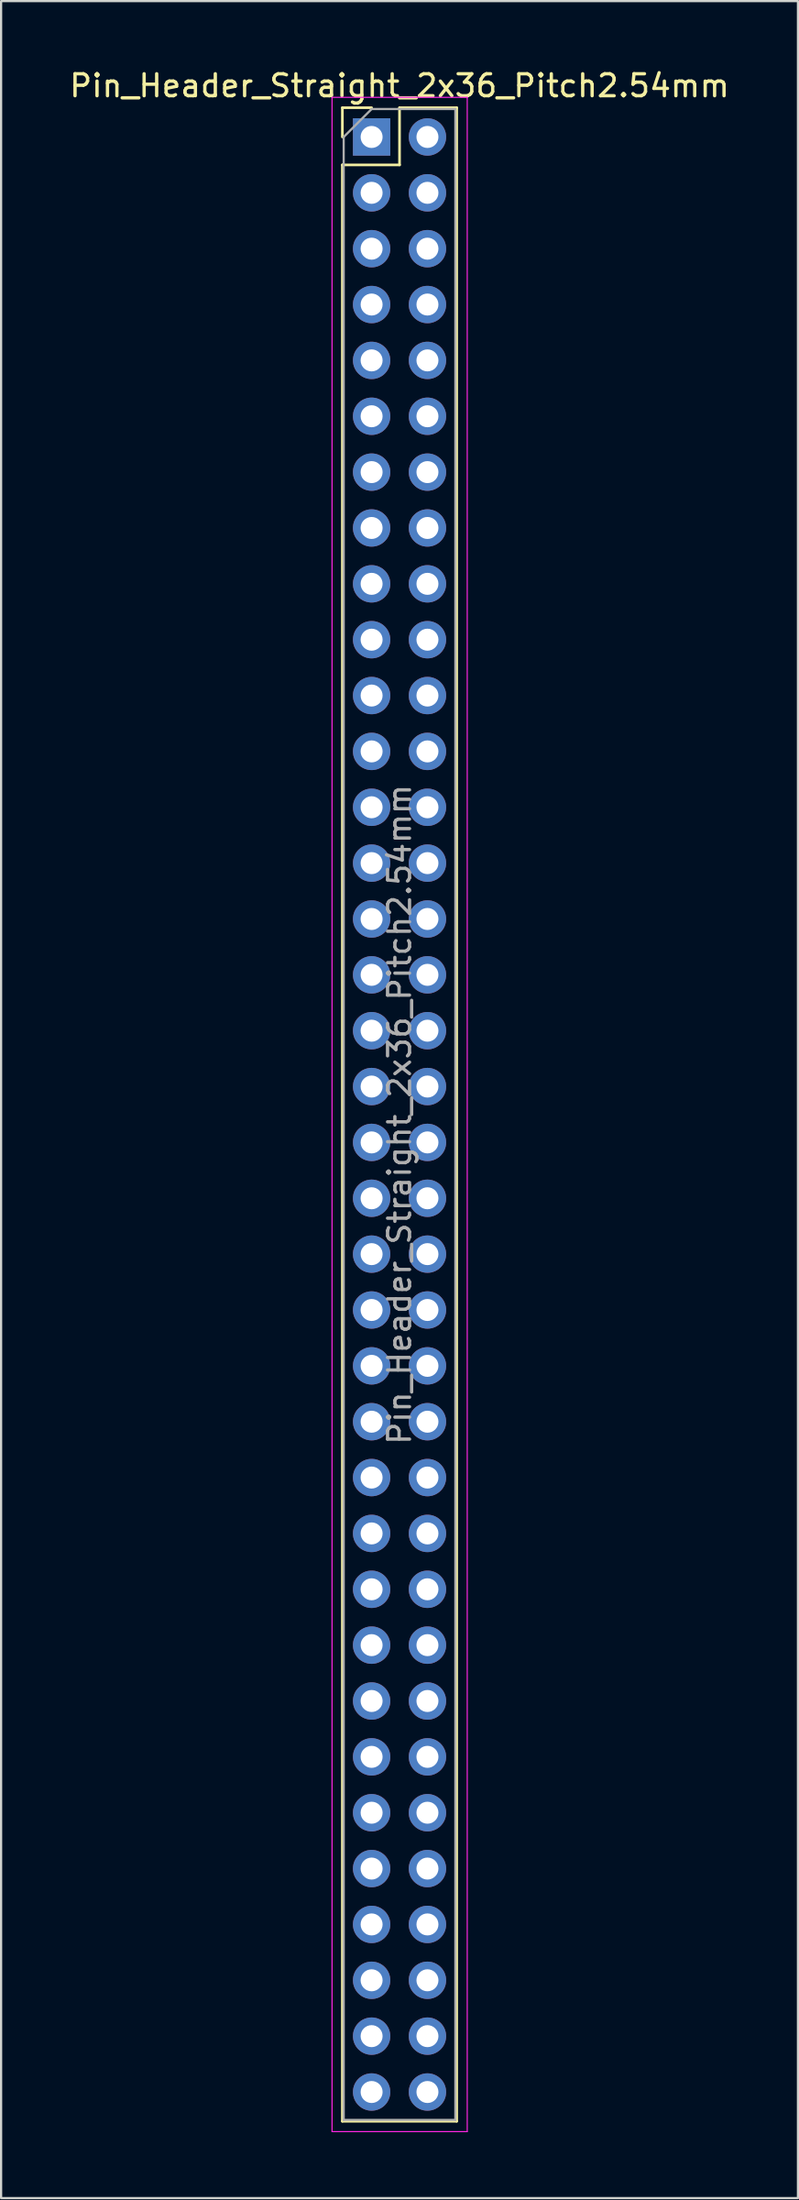
<source format=kicad_pcb>
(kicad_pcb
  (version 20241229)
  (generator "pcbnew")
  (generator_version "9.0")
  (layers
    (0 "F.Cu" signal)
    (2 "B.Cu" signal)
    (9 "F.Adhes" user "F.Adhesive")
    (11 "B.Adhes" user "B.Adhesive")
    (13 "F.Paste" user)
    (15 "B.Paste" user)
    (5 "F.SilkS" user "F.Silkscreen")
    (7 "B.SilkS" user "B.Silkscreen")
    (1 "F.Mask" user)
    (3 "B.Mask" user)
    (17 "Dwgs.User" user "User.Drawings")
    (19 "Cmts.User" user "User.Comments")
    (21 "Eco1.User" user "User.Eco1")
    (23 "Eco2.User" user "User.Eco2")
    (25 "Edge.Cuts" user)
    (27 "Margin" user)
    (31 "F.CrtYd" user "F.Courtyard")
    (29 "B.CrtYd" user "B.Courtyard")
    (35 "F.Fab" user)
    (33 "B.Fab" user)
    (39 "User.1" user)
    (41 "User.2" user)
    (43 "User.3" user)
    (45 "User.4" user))
  (footprint "Pin_Header_Straight_2x36_Pitch2.54mm"
    (layer "F.Cu")
    (at 13.855 3.178)
    (property "Reference" "Pin_Header_Straight_2x36_Pitch2.54mm" (at 1.27 -2.33 0) (layer "F.SilkS") (effects (font (size 1 1) (thickness 0.15))))
    (attr through_hole)
    (fp_line (start -1.33 -1.33) (end 0 -1.33) (stroke (width 0.12) (type solid)) (layer "F.SilkS"))
    (fp_line (start -1.33 0) (end -1.33 -1.33) (stroke (width 0.12) (type solid)) (layer "F.SilkS"))
    (fp_line (start -1.33 1.27) (end -1.33 90.23) (stroke (width 0.12) (type solid)) (layer "F.SilkS"))
    (fp_line (start -1.33 1.27) (end 1.27 1.27) (stroke (width 0.12) (type solid)) (layer "F.SilkS"))
    (fp_line (start -1.33 90.23) (end 3.87 90.23) (stroke (width 0.12) (type solid)) (layer "F.SilkS"))
    (fp_line (start 1.27 -1.33) (end 3.87 -1.33) (stroke (width 0.12) (type solid)) (layer "F.SilkS"))
    (fp_line (start 1.27 1.27) (end 1.27 -1.33) (stroke (width 0.12) (type solid)) (layer "F.SilkS"))
    (fp_line (start 3.87 -1.33) (end 3.87 90.23) (stroke (width 0.12) (type solid)) (layer "F.SilkS"))
    (fp_line (start -1.8 -1.8) (end -1.8 90.7) (stroke (width 0.05) (type solid)) (layer "F.CrtYd"))
    (fp_line (start -1.8 90.7) (end 4.35 90.7) (stroke (width 0.05) (type solid)) (layer "F.CrtYd"))
    (fp_line (start 4.35 -1.8) (end -1.8 -1.8) (stroke (width 0.05) (type solid)) (layer "F.CrtYd"))
    (fp_line (start 4.35 90.7) (end 4.35 -1.8) (stroke (width 0.05) (type solid)) (layer "F.CrtYd"))
    (fp_line (start -1.27 0) (end 0 -1.27) (stroke (width 0.1) (type solid)) (layer "F.Fab"))
    (fp_line (start -1.27 90.17) (end -1.27 0) (stroke (width 0.1) (type solid)) (layer "F.Fab"))
    (fp_line (start 0 -1.27) (end 3.81 -1.27) (stroke (width 0.1) (type solid)) (layer "F.Fab"))
    (fp_line (start 3.81 -1.27) (end 3.81 90.17) (stroke (width 0.1) (type solid)) (layer "F.Fab"))
    (fp_line (start 3.81 90.17) (end -1.27 90.17) (stroke (width 0.1) (type solid)) (layer "F.Fab"))
    (fp_text user "${REFERENCE}" (at 1.27 44.45 90) (layer "F.Fab") (effects (font (size 1 1) (thickness 0.15))))
    (pad "1" thru_hole rect (at 0 0) (size 1.7 1.7) (drill 1) (layers "*.Cu" "*.Mask"))
    (pad "2" thru_hole oval (at 2.54 0) (size 1.7 1.7) (drill 1) (layers "*.Cu" "*.Mask"))
    (pad "3" thru_hole oval (at 0 2.54) (size 1.7 1.7) (drill 1) (layers "*.Cu" "*.Mask"))
    (pad "4" thru_hole oval (at 2.54 2.54) (size 1.7 1.7) (drill 1) (layers "*.Cu" "*.Mask"))
    (pad "5" thru_hole oval (at 0 5.08) (size 1.7 1.7) (drill 1) (layers "*.Cu" "*.Mask"))
    (pad "6" thru_hole oval (at 2.54 5.08) (size 1.7 1.7) (drill 1) (layers "*.Cu" "*.Mask"))
    (pad "7" thru_hole oval (at 0 7.62) (size 1.7 1.7) (drill 1) (layers "*.Cu" "*.Mask"))
    (pad "8" thru_hole oval (at 2.54 7.62) (size 1.7 1.7) (drill 1) (layers "*.Cu" "*.Mask"))
    (pad "9" thru_hole oval (at 0 10.16) (size 1.7 1.7) (drill 1) (layers "*.Cu" "*.Mask"))
    (pad "10" thru_hole oval (at 2.54 10.16) (size 1.7 1.7) (drill 1) (layers "*.Cu" "*.Mask"))
    (pad "11" thru_hole oval (at 0 12.7) (size 1.7 1.7) (drill 1) (layers "*.Cu" "*.Mask"))
    (pad "12" thru_hole oval (at 2.54 12.7) (size 1.7 1.7) (drill 1) (layers "*.Cu" "*.Mask"))
    (pad "13" thru_hole oval (at 0 15.24) (size 1.7 1.7) (drill 1) (layers "*.Cu" "*.Mask"))
    (pad "14" thru_hole oval (at 2.54 15.24) (size 1.7 1.7) (drill 1) (layers "*.Cu" "*.Mask"))
    (pad "15" thru_hole oval (at 0 17.78) (size 1.7 1.7) (drill 1) (layers "*.Cu" "*.Mask"))
    (pad "16" thru_hole oval (at 2.54 17.78) (size 1.7 1.7) (drill 1) (layers "*.Cu" "*.Mask"))
    (pad "17" thru_hole oval (at 0 20.32) (size 1.7 1.7) (drill 1) (layers "*.Cu" "*.Mask"))
    (pad "18" thru_hole oval (at 2.54 20.32) (size 1.7 1.7) (drill 1) (layers "*.Cu" "*.Mask"))
    (pad "19" thru_hole oval (at 0 22.86) (size 1.7 1.7) (drill 1) (layers "*.Cu" "*.Mask"))
    (pad "20" thru_hole oval (at 2.54 22.86) (size 1.7 1.7) (drill 1) (layers "*.Cu" "*.Mask"))
    (pad "21" thru_hole oval (at 0 25.4) (size 1.7 1.7) (drill 1) (layers "*.Cu" "*.Mask"))
    (pad "22" thru_hole oval (at 2.54 25.4) (size 1.7 1.7) (drill 1) (layers "*.Cu" "*.Mask"))
    (pad "23" thru_hole oval (at 0 27.94) (size 1.7 1.7) (drill 1) (layers "*.Cu" "*.Mask"))
    (pad "24" thru_hole oval (at 2.54 27.94) (size 1.7 1.7) (drill 1) (layers "*.Cu" "*.Mask"))
    (pad "25" thru_hole oval (at 0 30.48) (size 1.7 1.7) (drill 1) (layers "*.Cu" "*.Mask"))
    (pad "26" thru_hole oval (at 2.54 30.48) (size 1.7 1.7) (drill 1) (layers "*.Cu" "*.Mask"))
    (pad "27" thru_hole oval (at 0 33.02) (size 1.7 1.7) (drill 1) (layers "*.Cu" "*.Mask"))
    (pad "28" thru_hole oval (at 2.54 33.02) (size 1.7 1.7) (drill 1) (layers "*.Cu" "*.Mask"))
    (pad "29" thru_hole oval (at 0 35.56) (size 1.7 1.7) (drill 1) (layers "*.Cu" "*.Mask"))
    (pad "30" thru_hole oval (at 2.54 35.56) (size 1.7 1.7) (drill 1) (layers "*.Cu" "*.Mask"))
    (pad "31" thru_hole oval (at 0 38.1) (size 1.7 1.7) (drill 1) (layers "*.Cu" "*.Mask"))
    (pad "32" thru_hole oval (at 2.54 38.1) (size 1.7 1.7) (drill 1) (layers "*.Cu" "*.Mask"))
    (pad "33" thru_hole oval (at 0 40.64) (size 1.7 1.7) (drill 1) (layers "*.Cu" "*.Mask"))
    (pad "34" thru_hole oval (at 2.54 40.64) (size 1.7 1.7) (drill 1) (layers "*.Cu" "*.Mask"))
    (pad "35" thru_hole oval (at 0 43.18) (size 1.7 1.7) (drill 1) (layers "*.Cu" "*.Mask"))
    (pad "36" thru_hole oval (at 2.54 43.18) (size 1.7 1.7) (drill 1) (layers "*.Cu" "*.Mask"))
    (pad "37" thru_hole oval (at 0 45.72) (size 1.7 1.7) (drill 1) (layers "*.Cu" "*.Mask"))
    (pad "38" thru_hole oval (at 2.54 45.72) (size 1.7 1.7) (drill 1) (layers "*.Cu" "*.Mask"))
    (pad "39" thru_hole oval (at 0 48.26) (size 1.7 1.7) (drill 1) (layers "*.Cu" "*.Mask"))
    (pad "40" thru_hole oval (at 2.54 48.26) (size 1.7 1.7) (drill 1) (layers "*.Cu" "*.Mask"))
    (pad "41" thru_hole oval (at 0 50.8) (size 1.7 1.7) (drill 1) (layers "*.Cu" "*.Mask"))
    (pad "42" thru_hole oval (at 2.54 50.8) (size 1.7 1.7) (drill 1) (layers "*.Cu" "*.Mask"))
    (pad "43" thru_hole oval (at 0 53.34) (size 1.7 1.7) (drill 1) (layers "*.Cu" "*.Mask"))
    (pad "44" thru_hole oval (at 2.54 53.34) (size 1.7 1.7) (drill 1) (layers "*.Cu" "*.Mask"))
    (pad "45" thru_hole oval (at 0 55.88) (size 1.7 1.7) (drill 1) (layers "*.Cu" "*.Mask"))
    (pad "46" thru_hole oval (at 2.54 55.88) (size 1.7 1.7) (drill 1) (layers "*.Cu" "*.Mask"))
    (pad "47" thru_hole oval (at 0 58.42) (size 1.7 1.7) (drill 1) (layers "*.Cu" "*.Mask"))
    (pad "48" thru_hole oval (at 2.54 58.42) (size 1.7 1.7) (drill 1) (layers "*.Cu" "*.Mask"))
    (pad "49" thru_hole oval (at 0 60.96) (size 1.7 1.7) (drill 1) (layers "*.Cu" "*.Mask"))
    (pad "50" thru_hole oval (at 2.54 60.96) (size 1.7 1.7) (drill 1) (layers "*.Cu" "*.Mask"))
    (pad "51" thru_hole oval (at 0 63.5) (size 1.7 1.7) (drill 1) (layers "*.Cu" "*.Mask"))
    (pad "52" thru_hole oval (at 2.54 63.5) (size 1.7 1.7) (drill 1) (layers "*.Cu" "*.Mask"))
    (pad "53" thru_hole oval (at 0 66.04) (size 1.7 1.7) (drill 1) (layers "*.Cu" "*.Mask"))
    (pad "54" thru_hole oval (at 2.54 66.04) (size 1.7 1.7) (drill 1) (layers "*.Cu" "*.Mask"))
    (pad "55" thru_hole oval (at 0 68.58) (size 1.7 1.7) (drill 1) (layers "*.Cu" "*.Mask"))
    (pad "56" thru_hole oval (at 2.54 68.58) (size 1.7 1.7) (drill 1) (layers "*.Cu" "*.Mask"))
    (pad "57" thru_hole oval (at 0 71.12) (size 1.7 1.7) (drill 1) (layers "*.Cu" "*.Mask"))
    (pad "58" thru_hole oval (at 2.54 71.12) (size 1.7 1.7) (drill 1) (layers "*.Cu" "*.Mask"))
    (pad "59" thru_hole oval (at 0 73.66) (size 1.7 1.7) (drill 1) (layers "*.Cu" "*.Mask"))
    (pad "60" thru_hole oval (at 2.54 73.66) (size 1.7 1.7) (drill 1) (layers "*.Cu" "*.Mask"))
    (pad "61" thru_hole oval (at 0 76.2) (size 1.7 1.7) (drill 1) (layers "*.Cu" "*.Mask"))
    (pad "62" thru_hole oval (at 2.54 76.2) (size 1.7 1.7) (drill 1) (layers "*.Cu" "*.Mask"))
    (pad "63" thru_hole oval (at 0 78.74) (size 1.7 1.7) (drill 1) (layers "*.Cu" "*.Mask"))
    (pad "64" thru_hole oval (at 2.54 78.74) (size 1.7 1.7) (drill 1) (layers "*.Cu" "*.Mask"))
    (pad "65" thru_hole oval (at 0 81.28) (size 1.7 1.7) (drill 1) (layers "*.Cu" "*.Mask"))
    (pad "66" thru_hole oval (at 2.54 81.28) (size 1.7 1.7) (drill 1) (layers "*.Cu" "*.Mask"))
    (pad "67" thru_hole oval (at 0 83.82) (size 1.7 1.7) (drill 1) (layers "*.Cu" "*.Mask"))
    (pad "68" thru_hole oval (at 2.54 83.82) (size 1.7 1.7) (drill 1) (layers "*.Cu" "*.Mask"))
    (pad "69" thru_hole oval (at 0 86.36) (size 1.7 1.7) (drill 1) (layers "*.Cu" "*.Mask"))
    (pad "70" thru_hole oval (at 2.54 86.36) (size 1.7 1.7) (drill 1) (layers "*.Cu" "*.Mask"))
    (pad "71" thru_hole oval (at 0 88.9) (size 1.7 1.7) (drill 1) (layers "*.Cu" "*.Mask"))
    (pad "72" thru_hole oval (at 2.54 88.9) (size 1.7 1.7) (drill 1) (layers "*.Cu" "*.Mask")))
  (gr_rect
    (start -3 -3)
    (end 33.25 96.903)
    (stroke (width 0.1) (type default))
    (fill no)
    (layer "Edge.Cuts")))
</source>
